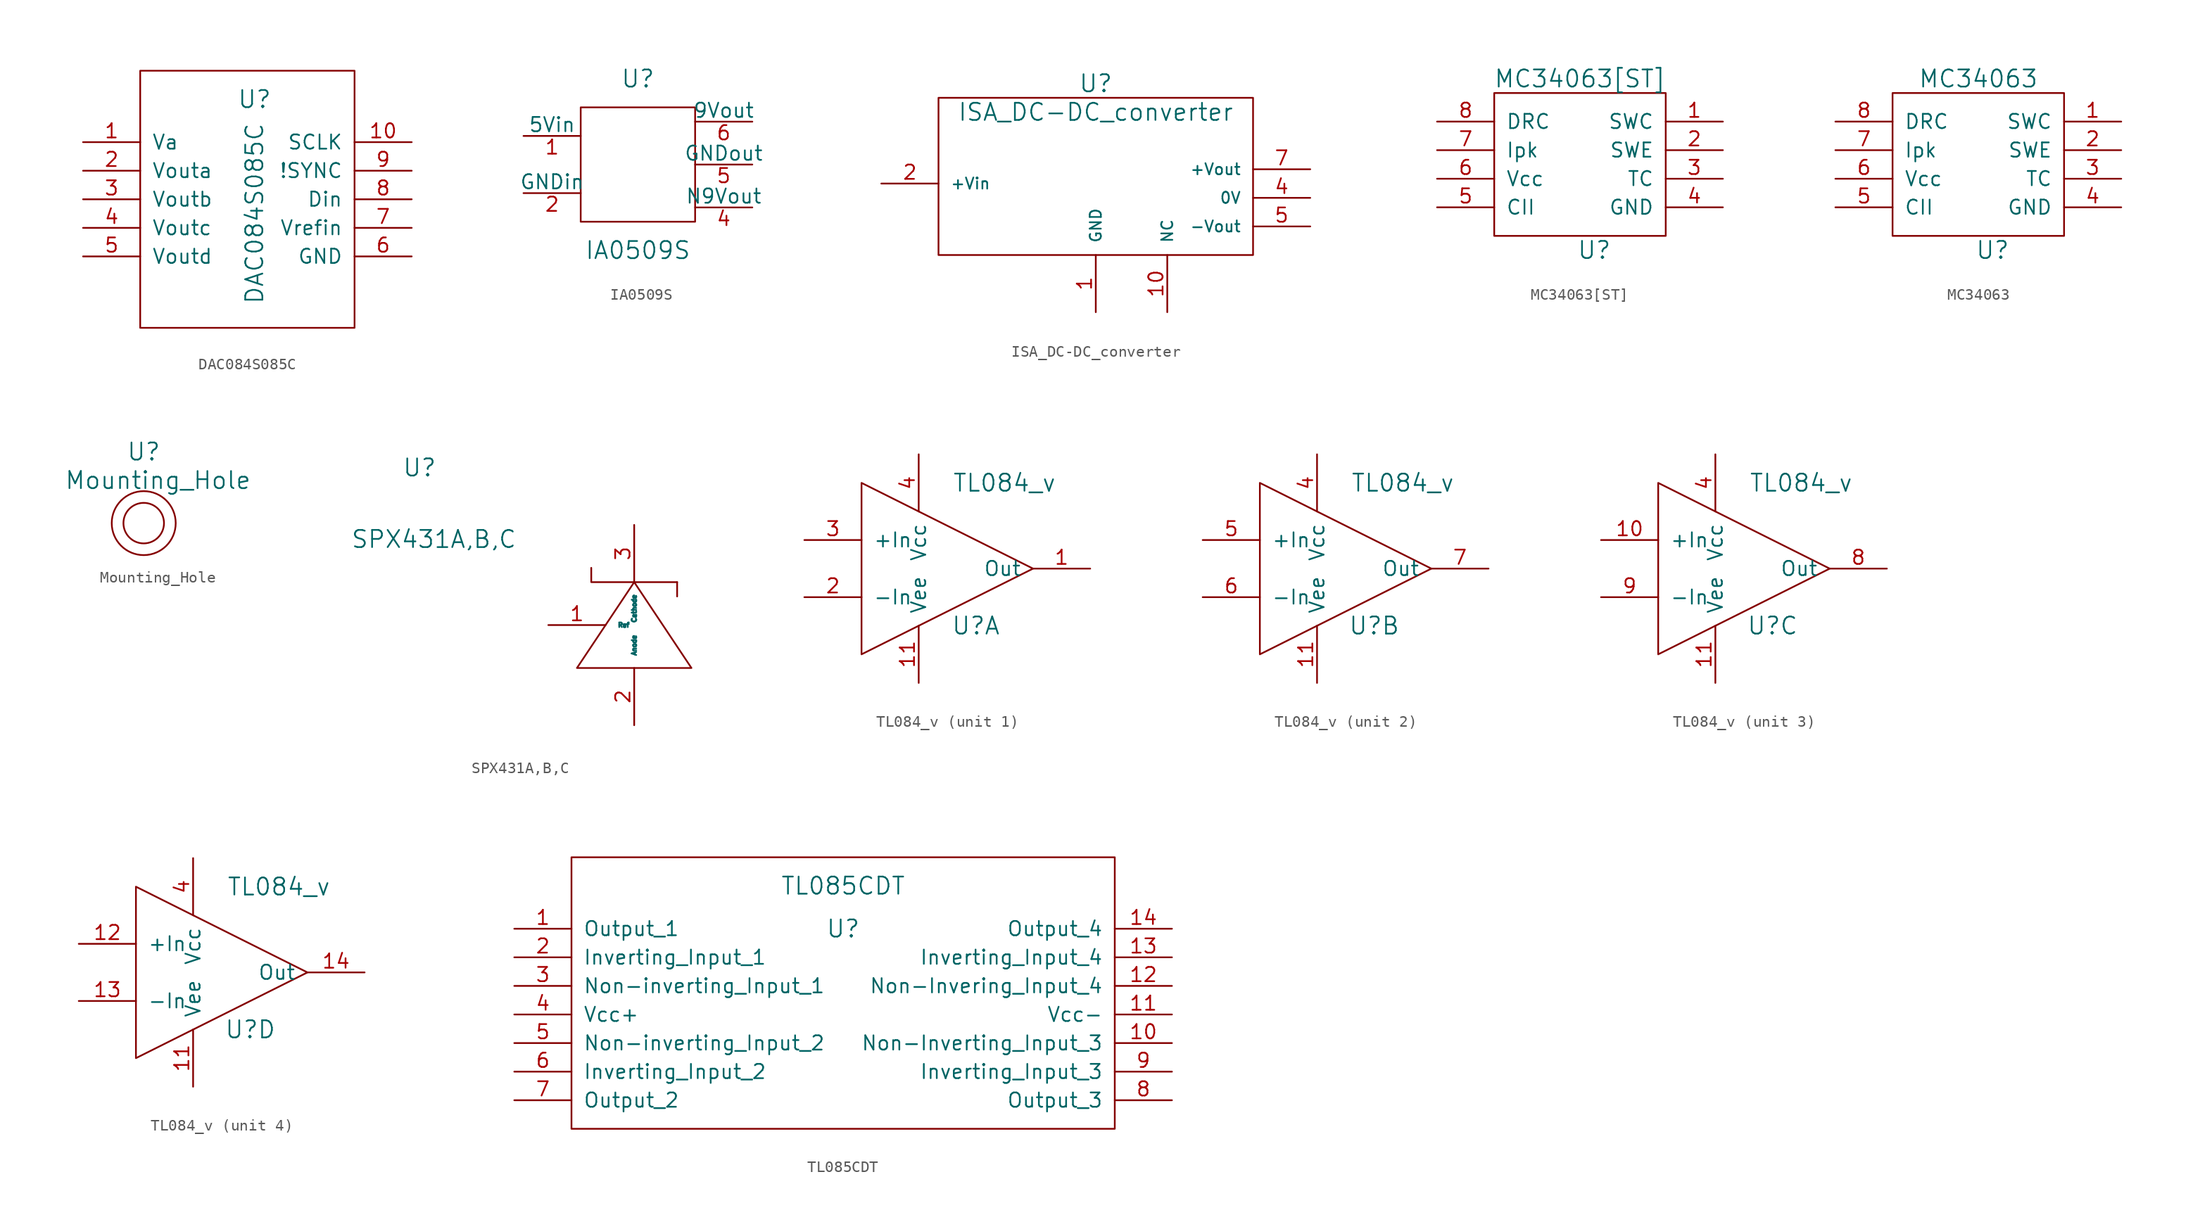
<source format=kicad_sym>
(kicad_symbol_lib
  (version 20231120)
  (generator "kicad_symbol_editor")
  (generator_version "8.0")
  (symbol "DAC084S085C"
    (pin_names
      (offset 1.016))
    (property "Reference" "U"
      (at 0 17.78 0)
      (effects (font (size 1.524 1.524))))
    (property "Value" "DAC084S085C"
      (at 0 7.62 90)
      (effects (font (size 1.524 1.524))))
    (property "Footprint" ""
      (at 0 0 0)
      (effects (font (size 1.524 1.524))))
    (property "Datasheet" ""
      (at 0 0 0)
      (effects (font (size 1.524 1.524))))
    (symbol "DAC084S085C_0_1"
      (rectangle (start -10.16 -2.54) (end 8.89 20.32) (stroke (width 0) (type solid)) (fill (type none))))
    (symbol "DAC084S085C_1_1"
      (pin input line (at -15.24 13.97 0) (length 5.08) (name "Va" (effects (font (size 1.27 1.27)))) (number "1" (effects (font (size 1.27 1.27)))))
      (pin input line (at 13.97 13.97 180) (length 5.08) (name "SCLK" (effects (font (size 1.27 1.27)))) (number "10" (effects (font (size 1.27 1.27)))))
      (pin input line (at -15.24 11.43 0) (length 5.08) (name "Vouta" (effects (font (size 1.27 1.27)))) (number "2" (effects (font (size 1.27 1.27)))))
      (pin input line (at -15.24 8.89 0) (length 5.08) (name "Voutb" (effects (font (size 1.27 1.27)))) (number "3" (effects (font (size 1.27 1.27)))))
      (pin input line (at -15.24 6.35 0) (length 5.08) (name "Voutc" (effects (font (size 1.27 1.27)))) (number "4" (effects (font (size 1.27 1.27)))))
      (pin input line (at -15.24 3.81 0) (length 5.08) (name "Voutd" (effects (font (size 1.27 1.27)))) (number "5" (effects (font (size 1.27 1.27)))))
      (pin input line (at 13.97 3.81 180) (length 5.08) (name "GND" (effects (font (size 1.27 1.27)))) (number "6" (effects (font (size 1.27 1.27)))))
      (pin input line (at 13.97 6.35 180) (length 5.08) (name "Vrefin" (effects (font (size 1.27 1.27)))) (number "7" (effects (font (size 1.27 1.27)))))
      (pin input line (at 13.97 8.89 180) (length 5.08) (name "Din" (effects (font (size 1.27 1.27)))) (number "8" (effects (font (size 1.27 1.27)))))
      (pin input line (at 13.97 11.43 180) (length 5.08) (name "!SYNC" (effects (font (size 1.27 1.27)))) (number "9" (effects (font (size 1.27 1.27)))))))
  (symbol "IA0509S"
    (pin_names
      (offset 0))
    (property "Reference" "U"
      (at 0 7.62 0)
      (effects (font (size 1.524 1.524))))
    (property "Value" "IA0509S"
      (at 0 -7.62 0)
      (effects (font (size 1.524 1.524))))
    (property "Footprint" ""
      (at -1.27 -1.27 0)
      (effects (font (size 1.524 1.524))))
    (property "Datasheet" ""
      (at -1.27 -1.27 0)
      (effects (font (size 1.524 1.524))))
    (symbol "IA0509S_0_1"
      (rectangle (start -5.08 5.08) (end 5.08 -5.08) (stroke (width 0) (type solid)) (fill (type none))))
    (symbol "IA0509S_1_1"
      (pin input line (at -5.08 2.54 180) (length 5.08) (name "5Vin" (effects (font (size 1.27 1.27)))) (number "1" (effects (font (size 1.27 1.27)))))
      (pin input line (at -5.08 -2.54 180) (length 5.08) (name "GNDin" (effects (font (size 1.27 1.27)))) (number "2" (effects (font (size 1.27 1.27)))))
      (pin output line (at 5.08 -3.81 0) (length 5.08) (name "N9Vout" (effects (font (size 1.27 1.27)))) (number "4" (effects (font (size 1.27 1.27)))))
      (pin output line (at 5.08 0 0) (length 5.08) (name "GNDout" (effects (font (size 1.27 1.27)))) (number "5" (effects (font (size 1.27 1.27)))))
      (pin output line (at 5.08 3.81 0) (length 5.08) (name "9Vout" (effects (font (size 1.27 1.27)))) (number "6" (effects (font (size 1.27 1.27)))))))
  (symbol "ISA_DC-DC_converter"
    (pin_names
      (offset 1.016))
    (property "Reference" "U"
      (at 0 12.7 0)
      (effects (font (size 1.524 1.524))))
    (property "Value" "ISA_DC-DC_converter"
      (at 0 10.16 0)
      (effects (font (size 1.524 1.524))))
    (property "Footprint" ""
      (at 0 0 0)
      (effects (font (size 1.524 1.524))))
    (property "Datasheet" ""
      (at 0 0 0)
      (effects (font (size 1.524 1.524))))
    (symbol "ISA_DC-DC_converter_0_1"
      (rectangle (start -13.97 11.43) (end 13.97 -2.54) (stroke (width 0) (type solid)) (fill (type none))))
    (symbol "ISA_DC-DC_converter_1_1"
      (pin power_in line (at 0 -7.62 90) (length 5.08) (name "GND" (effects (font (size 0.991 0.991)))) (number "1" (effects (font (size 1.27 1.27)))))
      (pin input line (at 6.35 -7.62 90) (length 5.08) (name "NC" (effects (font (size 0.991 0.991)))) (number "10" (effects (font (size 1.27 1.27)))))
      (pin power_in line (at -19.05 3.81 0) (length 5.08) (name "+Vin" (effects (font (size 0.991 0.991)))) (number "2" (effects (font (size 1.27 1.27)))))
      (pin power_out line (at 19.05 2.54 180) (length 5.08) (name "0V" (effects (font (size 0.991 0.991)))) (number "4" (effects (font (size 1.27 1.27)))))
      (pin power_out line (at 19.05 0 180) (length 5.08) (name "-Vout" (effects (font (size 0.991 0.991)))) (number "5" (effects (font (size 1.27 1.27)))))
      (pin power_out line (at 19.05 5.08 180) (length 5.08) (name "+Vout" (effects (font (size 0.991 0.991)))) (number "7" (effects (font (size 1.27 1.27)))))))
  (symbol "MC34063[ST]"
    (pin_names
      (offset 1.016))
    (property "Reference" "U"
      (at -1.27 -1.27 0)
      (effects (font (size 1.524 1.524))))
    (property "Value" "MC34063[ST]"
      (at -2.54 13.97 0)
      (effects (font (size 1.524 1.524))))
    (property "Footprint" ""
      (at 0 0 0)
      (effects (font (size 1.524 1.524))))
    (property "Datasheet" ""
      (at 0 0 0)
      (effects (font (size 1.524 1.524))))
    (symbol "MC34063[ST]_0_1"
      (rectangle (start -10.16 12.7) (end 5.08 0) (stroke (width 0) (type solid)) (fill (type none))))
    (symbol "MC34063[ST]_1_1"
      (pin input line (at 10.16 10.16 180) (length 5.08) (name "SWC" (effects (font (size 1.27 1.27)))) (number "1" (effects (font (size 1.27 1.27)))))
      (pin input line (at 10.16 7.62 180) (length 5.08) (name "SWE" (effects (font (size 1.27 1.27)))) (number "2" (effects (font (size 1.27 1.27)))))
      (pin input line (at 10.16 5.08 180) (length 5.08) (name "TC" (effects (font (size 1.27 1.27)))) (number "3" (effects (font (size 1.27 1.27)))))
      (pin input line (at 10.16 2.54 180) (length 5.08) (name "GND" (effects (font (size 1.27 1.27)))) (number "4" (effects (font (size 1.27 1.27)))))
      (pin input line (at -15.24 2.54 0) (length 5.08) (name "CII" (effects (font (size 1.27 1.27)))) (number "5" (effects (font (size 1.27 1.27)))))
      (pin input line (at -15.24 5.08 0) (length 5.08) (name "Vcc" (effects (font (size 1.27 1.27)))) (number "6" (effects (font (size 1.27 1.27)))))
      (pin input line (at -15.24 7.62 0) (length 5.08) (name "Ipk" (effects (font (size 1.27 1.27)))) (number "7" (effects (font (size 1.27 1.27)))))
      (pin input line (at -15.24 10.16 0) (length 5.08) (name "DRC" (effects (font (size 1.27 1.27)))) (number "8" (effects (font (size 1.27 1.27)))))))
  (symbol "MC34063"
    (pin_names
      (offset 1.016))
    (property "Reference" "U"
      (at -1.27 -1.27 0)
      (effects (font (size 1.524 1.524))))
    (property "Value" "MC34063"
      (at -2.54 13.97 0)
      (effects (font (size 1.524 1.524))))
    (property "Footprint" ""
      (at 0 0 0)
      (effects (font (size 1.524 1.524))))
    (property "Datasheet" ""
      (at 0 0 0)
      (effects (font (size 1.524 1.524))))
    (symbol "MC34063_0_1"
      (rectangle (start -10.16 12.7) (end 5.08 0) (stroke (width 0) (type solid)) (fill (type none))))
    (symbol "MC34063_1_1"
      (pin input line (at 10.16 10.16 180) (length 5.08) (name "SWC" (effects (font (size 1.27 1.27)))) (number "1" (effects (font (size 1.27 1.27)))))
      (pin input line (at 10.16 7.62 180) (length 5.08) (name "SWE" (effects (font (size 1.27 1.27)))) (number "2" (effects (font (size 1.27 1.27)))))
      (pin input line (at 10.16 5.08 180) (length 5.08) (name "TC" (effects (font (size 1.27 1.27)))) (number "3" (effects (font (size 1.27 1.27)))))
      (pin input line (at 10.16 2.54 180) (length 5.08) (name "GND" (effects (font (size 1.27 1.27)))) (number "4" (effects (font (size 1.27 1.27)))))
      (pin input line (at -15.24 2.54 0) (length 5.08) (name "CII" (effects (font (size 1.27 1.27)))) (number "5" (effects (font (size 1.27 1.27)))))
      (pin input line (at -15.24 5.08 0) (length 5.08) (name "Vcc" (effects (font (size 1.27 1.27)))) (number "6" (effects (font (size 1.27 1.27)))))
      (pin input line (at -15.24 7.62 0) (length 5.08) (name "Ipk" (effects (font (size 1.27 1.27)))) (number "7" (effects (font (size 1.27 1.27)))))
      (pin input line (at -15.24 10.16 0) (length 5.08) (name "DRC" (effects (font (size 1.27 1.27)))) (number "8" (effects (font (size 1.27 1.27)))))))
  (symbol "Mounting_Hole"
    (pin_names
      (offset 1.016))
    (property "Reference" "U"
      (at 0 6.35 0)
      (effects (font (size 1.524 1.524))))
    (property "Value" "Mounting_Hole"
      (at 1.27 3.81 0)
      (effects (font (size 1.524 1.524))))
    (property "Footprint" ""
      (at 1.27 0 0)
      (effects (font (size 1.524 1.524))))
    (property "Datasheet" ""
      (at 1.27 0 0)
      (effects (font (size 1.524 1.524))))
    (symbol "Mounting_Hole_0_1"
      (circle (center 0 0) (radius 1.803) (stroke (width 0) (type solid)) (fill (type none)))
      (circle (center 0 0) (radius 2.845) (stroke (width 0) (type solid)) (fill (type none)))))
  (symbol "SPX431A,B,C"
    (pin_names
      (offset 1.016))
    (property "Reference" "U"
      (at -19.05 17.78 0)
      (effects (font (size 1.524 1.524))))
    (property "Value" "SPX431A,B,C"
      (at -17.78 11.43 0)
      (effects (font (size 1.524 1.524))))
    (property "Footprint" ""
      (at 0 0 0)
      (effects (font (size 1.524 1.524))))
    (property "Datasheet" ""
      (at 0 0 0)
      (effects (font (size 1.524 1.524))))
    (symbol "SPX431A,B,C_0_1"
      (polyline (pts (xy 3.81 7.62) (xy 3.81 6.35)) (stroke (width 0) (type solid)) (fill (type none)))
      (polyline (pts (xy 0 7.62) (xy -3.81 7.62) (xy -3.81 8.89)) (stroke (width 0) (type solid)) (fill (type none)))
      (polyline (pts (xy 0 7.62) (xy -5.08 0) (xy 3.81 0) (xy 5.08 0) (xy 0 7.62) (xy 3.81 7.62)) (stroke (width 0) (type solid)) (fill (type none))))
    (symbol "SPX431A,B,C_1_1"
      (pin input line (at -7.62 3.81 0) (length 5.08) (name "Ref" (effects (font (size 0.406 0.406)))) (number "1" (effects (font (size 1.27 1.27)))))
      (pin input line (at 0 -5.08 90) (length 5.08) (name "Anode" (effects (font (size 0.406 0.406)))) (number "2" (effects (font (size 1.27 1.27)))))
      (pin input line (at 0 12.7 270) (length 5.08) (name "Cathode" (effects (font (size 0.406 0.406)))) (number "3" (effects (font (size 1.27 1.27)))))))
  (symbol "TL084_v"
    (pin_names
      (offset 1.016))
    (property "Reference" "U"
      (at 6.35 -5.08 0)
      (effects (font (size 1.524 1.524))))
    (property "Value" "TL084_v"
      (at 8.89 7.62 0)
      (effects (font (size 1.524 1.524))))
    (property "Footprint" ""
      (at 0 0 0)
      (effects (font (size 1.524 1.524))))
    (property "Datasheet" ""
      (at 0 0 0)
      (effects (font (size 1.524 1.524))))
    (symbol "TL084_v_0_1"
      (polyline (pts (xy -3.81 7.62) (xy -3.81 -7.62) (xy 11.43 0) (xy -3.81 7.62)) (stroke (width 0) (type solid)) (fill (type none)))
      (pin power_in line (at 1.27 -10.16 90) (length 5.08) (name "Vee" (effects (font (size 1.27 1.27)))) (number "11" (effects (font (size 1.27 1.27)))))
      (pin power_in line (at 1.27 10.16 270) (length 5.08) (name "Vcc" (effects (font (size 1.27 1.27)))) (number "4" (effects (font (size 1.27 1.27))))))
    (symbol "TL084_v_1_1"
      (pin output line (at 16.51 0 180) (length 5.08) (name "Out" (effects (font (size 1.27 1.27)))) (number "1" (effects (font (size 1.27 1.27)))))
      (pin input line (at -8.89 -2.54 0) (length 5.08) (name "-In" (effects (font (size 1.27 1.27)))) (number "2" (effects (font (size 1.27 1.27)))))
      (pin input line (at -8.89 2.54 0) (length 5.08) (name "+In" (effects (font (size 1.27 1.27)))) (number "3" (effects (font (size 1.27 1.27))))))
    (symbol "TL084_v_2_1"
      (pin input line (at -8.89 2.54 0) (length 5.08) (name "+In" (effects (font (size 1.27 1.27)))) (number "5" (effects (font (size 1.27 1.27)))))
      (pin input line (at -8.89 -2.54 0) (length 5.08) (name "-In" (effects (font (size 1.27 1.27)))) (number "6" (effects (font (size 1.27 1.27)))))
      (pin output line (at 16.51 0 180) (length 5.08) (name "Out" (effects (font (size 1.27 1.27)))) (number "7" (effects (font (size 1.27 1.27))))))
    (symbol "TL084_v_3_1"
      (pin input line (at -8.89 2.54 0) (length 5.08) (name "+In" (effects (font (size 1.27 1.27)))) (number "10" (effects (font (size 1.27 1.27)))))
      (pin output line (at 16.51 0 180) (length 5.08) (name "Out" (effects (font (size 1.27 1.27)))) (number "8" (effects (font (size 1.27 1.27)))))
      (pin input line (at -8.89 -2.54 0) (length 5.08) (name "-In" (effects (font (size 1.27 1.27)))) (number "9" (effects (font (size 1.27 1.27))))))
    (symbol "TL084_v_4_1"
      (pin input line (at -8.89 2.54 0) (length 5.08) (name "+In" (effects (font (size 1.27 1.27)))) (number "12" (effects (font (size 1.27 1.27)))))
      (pin input line (at -8.89 -2.54 0) (length 5.08) (name "-In" (effects (font (size 1.27 1.27)))) (number "13" (effects (font (size 1.27 1.27)))))
      (pin output line (at 16.51 0 180) (length 5.08) (name "Out" (effects (font (size 1.27 1.27)))) (number "14" (effects (font (size 1.27 1.27)))))))
  (symbol "TL085CDT"
    (pin_names
      (offset 1.016))
    (property "Reference" "U"
      (at -7.62 19.05 0)
      (effects (font (size 1.524 1.524))))
    (property "Value" "TL085CDT"
      (at -7.62 22.86 0)
      (effects (font (size 1.524 1.524))))
    (property "Footprint" ""
      (at -11.43 3.81 0)
      (effects (font (size 1.524 1.524))))
    (property "Datasheet" ""
      (at -11.43 3.81 0)
      (effects (font (size 1.524 1.524))))
    (symbol "TL085CDT_0_1"
      (rectangle (start -31.75 1.27) (end 16.51 25.4) (stroke (width 0) (type solid)) (fill (type none))))
    (symbol "TL085CDT_1_1"
      (pin input line (at -36.83 19.05 0) (length 5.08) (name "Output_1" (effects (font (size 1.27 1.27)))) (number "1" (effects (font (size 1.27 1.27)))))
      (pin input line (at 21.59 8.89 180) (length 5.08) (name "Non-Inverting_Input_3" (effects (font (size 1.27 1.27)))) (number "10" (effects (font (size 1.27 1.27)))))
      (pin input line (at 21.59 11.43 180) (length 5.08) (name "Vcc-" (effects (font (size 1.27 1.27)))) (number "11" (effects (font (size 1.27 1.27)))))
      (pin input line (at 21.59 13.97 180) (length 5.08) (name "Non-Invering_Input_4" (effects (font (size 1.27 1.27)))) (number "12" (effects (font (size 1.27 1.27)))))
      (pin input line (at 21.59 16.51 180) (length 5.08) (name "Inverting_Input_4" (effects (font (size 1.27 1.27)))) (number "13" (effects (font (size 1.27 1.27)))))
      (pin input line (at 21.59 19.05 180) (length 5.08) (name "Output_4" (effects (font (size 1.27 1.27)))) (number "14" (effects (font (size 1.27 1.27)))))
      (pin input line (at -36.83 16.51 0) (length 5.08) (name "Inverting_Input_1" (effects (font (size 1.27 1.27)))) (number "2" (effects (font (size 1.27 1.27)))))
      (pin input line (at -36.83 13.97 0) (length 5.08) (name "Non-inverting_Input_1" (effects (font (size 1.27 1.27)))) (number "3" (effects (font (size 1.27 1.27)))))
      (pin input line (at -36.83 11.43 0) (length 5.08) (name "Vcc+" (effects (font (size 1.27 1.27)))) (number "4" (effects (font (size 1.27 1.27)))))
      (pin input line (at -36.83 8.89 0) (length 5.08) (name "Non-inverting_Input_2" (effects (font (size 1.27 1.27)))) (number "5" (effects (font (size 1.27 1.27)))))
      (pin input line (at -36.83 6.35 0) (length 5.08) (name "Inverting_Input_2" (effects (font (size 1.27 1.27)))) (number "6" (effects (font (size 1.27 1.27)))))
      (pin input line (at -36.83 3.81 0) (length 5.08) (name "Output_2" (effects (font (size 1.27 1.27)))) (number "7" (effects (font (size 1.27 1.27)))))
      (pin input line (at 21.59 3.81 180) (length 5.08) (name "Output_3" (effects (font (size 1.27 1.27)))) (number "8" (effects (font (size 1.27 1.27)))))
      (pin input line (at 21.59 6.35 180) (length 5.08) (name "Inverting_Input_3" (effects (font (size 1.27 1.27)))) (number "9" (effects (font (size 1.27 1.27))))))))
</source>
